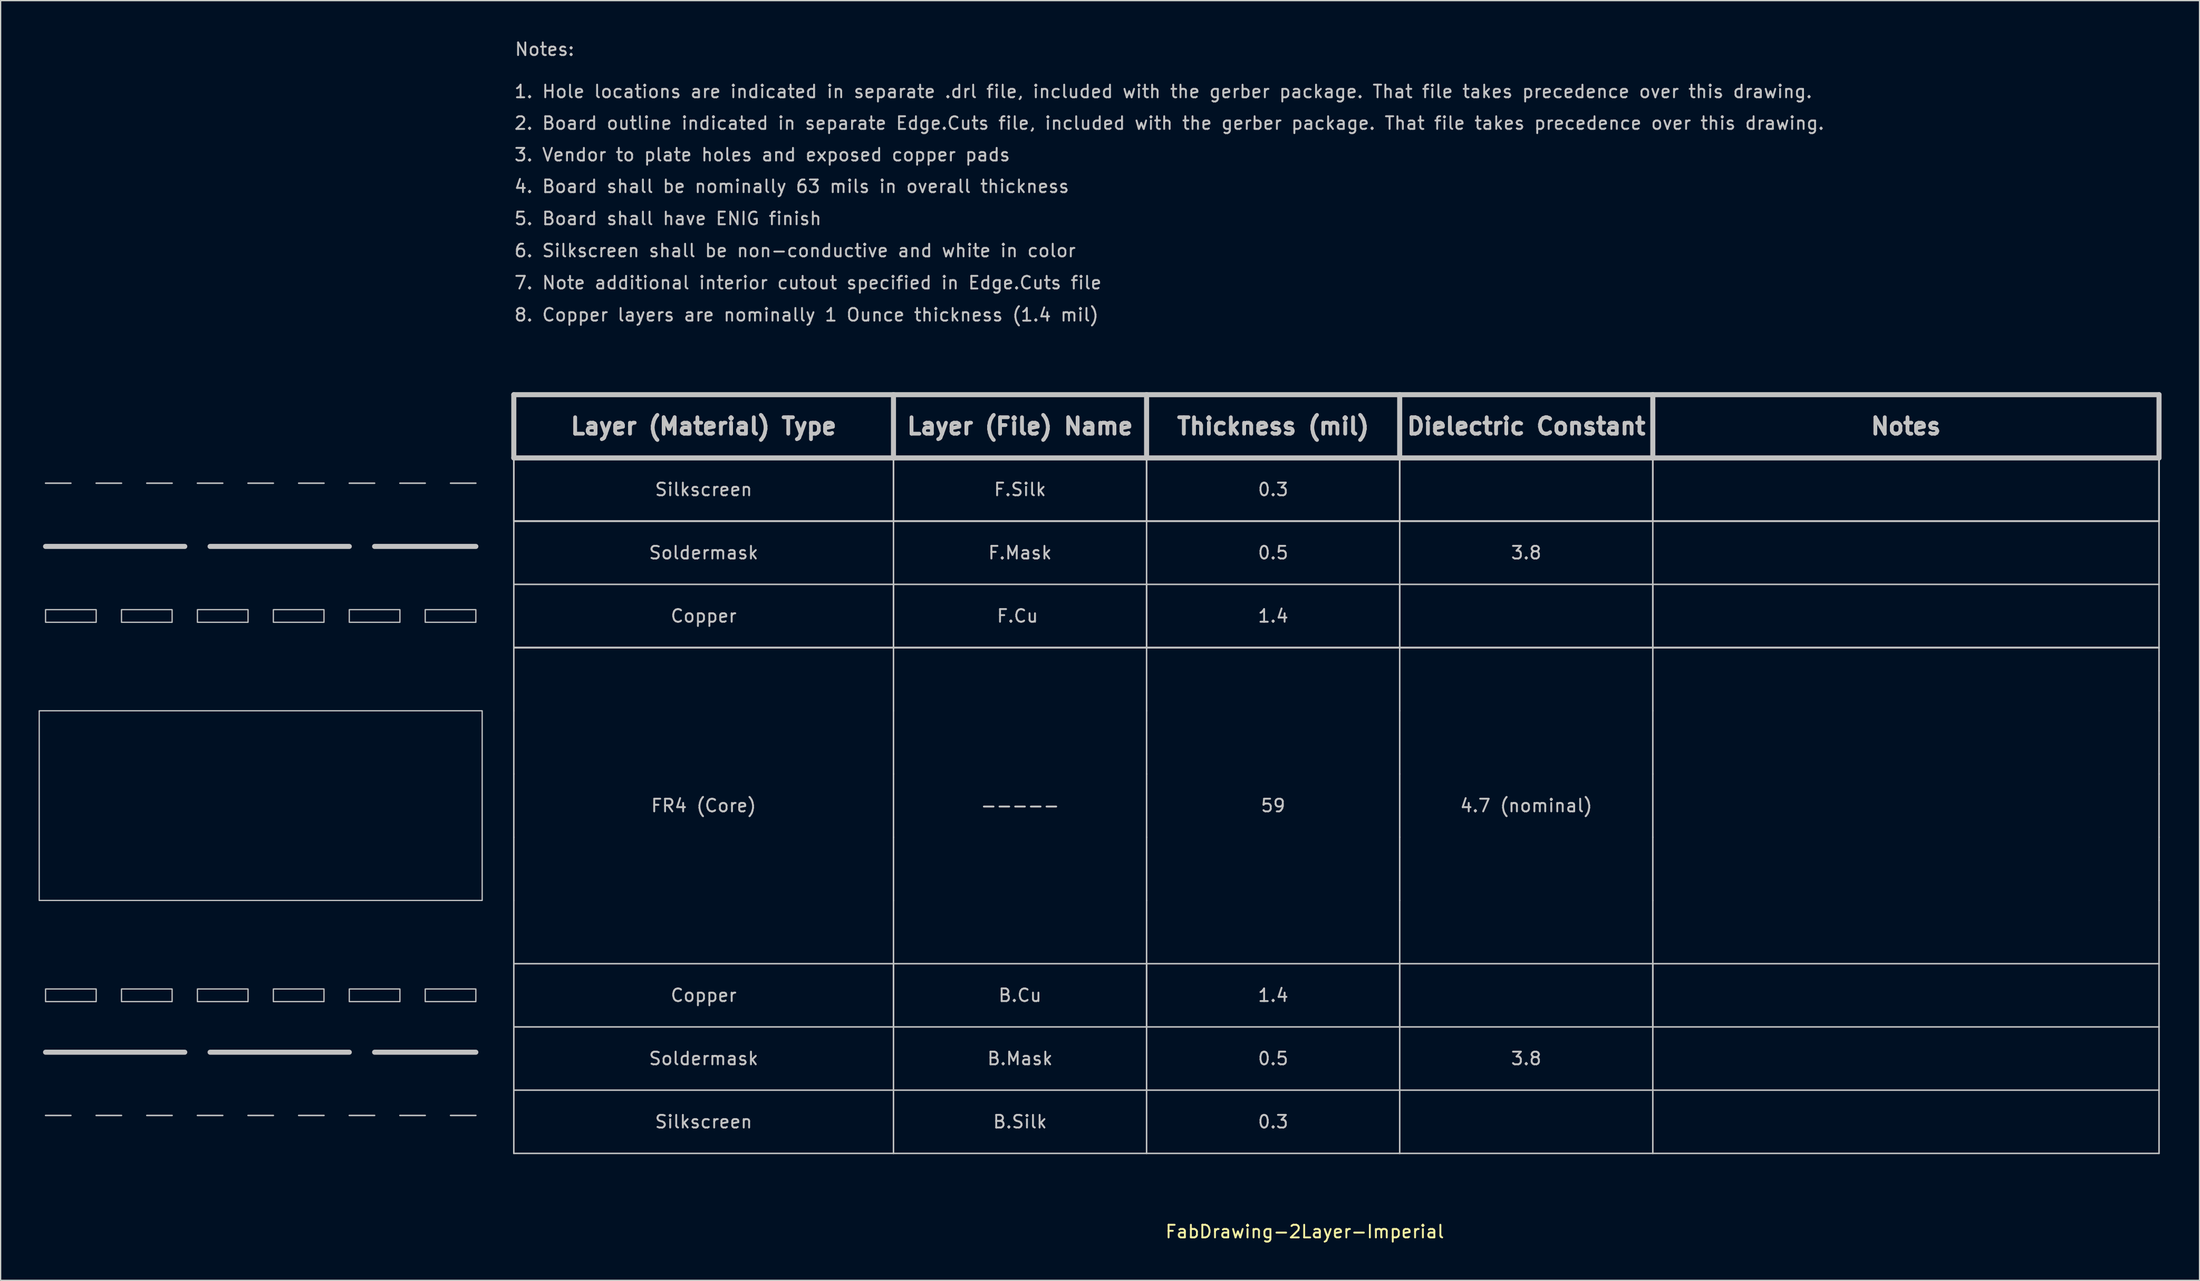
<source format=kicad_pcb>
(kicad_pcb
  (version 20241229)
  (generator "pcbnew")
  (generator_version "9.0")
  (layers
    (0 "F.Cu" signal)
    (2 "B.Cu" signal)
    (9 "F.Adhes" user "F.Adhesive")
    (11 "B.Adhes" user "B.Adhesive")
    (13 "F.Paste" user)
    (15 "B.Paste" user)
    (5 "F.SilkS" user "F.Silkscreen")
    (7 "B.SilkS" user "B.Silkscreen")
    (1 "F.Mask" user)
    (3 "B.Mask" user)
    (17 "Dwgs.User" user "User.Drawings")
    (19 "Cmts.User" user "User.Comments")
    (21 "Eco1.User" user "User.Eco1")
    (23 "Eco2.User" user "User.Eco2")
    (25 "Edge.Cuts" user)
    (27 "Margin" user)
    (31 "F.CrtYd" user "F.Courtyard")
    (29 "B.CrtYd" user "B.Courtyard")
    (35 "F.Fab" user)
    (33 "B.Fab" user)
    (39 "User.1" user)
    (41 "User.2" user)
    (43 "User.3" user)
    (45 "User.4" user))
  (footprint "FabDrawing-2Layer-Imperial"
    (layer "F.Cu")
    (at 37.55 28.153)
    (property "Reference" "FabDrawing-2Layer-Imperial" (at 62.5 66.19 0) (layer "F.SilkS") (effects (font (size 1 1) (thickness 0.15))))
    (attr exclude_from_pos_files exclude_from_bom)
    (fp_line (start -37 12.005) (end -26 12.005) (stroke (width 0.4) (type solid)) (layer "Dwgs.User"))
    (fp_line (start -37 52) (end -26 52) (stroke (width 0.4) (type solid)) (layer "Dwgs.User"))
    (fp_line (start -35 7.005) (end -37 7.005) (stroke (width 0.12) (type solid)) (layer "Dwgs.User"))
    (fp_line (start -35 57) (end -37 57) (stroke (width 0.12) (type solid)) (layer "Dwgs.User"))
    (fp_line (start -31 7.005) (end -33 7.005) (stroke (width 0.12) (type solid)) (layer "Dwgs.User"))
    (fp_line (start -31 57) (end -33 57) (stroke (width 0.12) (type solid)) (layer "Dwgs.User"))
    (fp_line (start -27 7.005) (end -29 7.005) (stroke (width 0.12) (type solid)) (layer "Dwgs.User"))
    (fp_line (start -27 57) (end -29 57) (stroke (width 0.12) (type solid)) (layer "Dwgs.User"))
    (fp_line (start -24 12.005) (end -13 12.005) (stroke (width 0.4) (type solid)) (layer "Dwgs.User"))
    (fp_line (start -24 52) (end -13 52) (stroke (width 0.4) (type solid)) (layer "Dwgs.User"))
    (fp_line (start -23 7.005) (end -25 7.005) (stroke (width 0.12) (type solid)) (layer "Dwgs.User"))
    (fp_line (start -23 57) (end -25 57) (stroke (width 0.12) (type solid)) (layer "Dwgs.User"))
    (fp_line (start -19 7.005) (end -21 7.005) (stroke (width 0.12) (type solid)) (layer "Dwgs.User"))
    (fp_line (start -19 57) (end -21 57) (stroke (width 0.12) (type solid)) (layer "Dwgs.User"))
    (fp_line (start -15 7.005) (end -17 7.005) (stroke (width 0.12) (type solid)) (layer "Dwgs.User"))
    (fp_line (start -15 57) (end -17 57) (stroke (width 0.12) (type solid)) (layer "Dwgs.User"))
    (fp_line (start -11 7.005) (end -13 7.005) (stroke (width 0.12) (type solid)) (layer "Dwgs.User"))
    (fp_line (start -11 12.005) (end -3 12.005) (stroke (width 0.4) (type solid)) (layer "Dwgs.User"))
    (fp_line (start -11 52) (end -3 52) (stroke (width 0.4) (type solid)) (layer "Dwgs.User"))
    (fp_line (start -11 57) (end -13 57) (stroke (width 0.12) (type solid)) (layer "Dwgs.User"))
    (fp_line (start -7 7.005) (end -9 7.005) (stroke (width 0.12) (type solid)) (layer "Dwgs.User"))
    (fp_line (start -7 57) (end -9 57) (stroke (width 0.12) (type solid)) (layer "Dwgs.User"))
    (fp_line (start -3 7.005) (end -5 7.005) (stroke (width 0.12) (type solid)) (layer "Dwgs.User"))
    (fp_line (start -3 57) (end -5 57) (stroke (width 0.12) (type solid)) (layer "Dwgs.User"))
    (fp_line (start 0 0.005) (end 30 0.005) (stroke (width 0.4) (type solid)) (layer "Dwgs.User"))
    (fp_line (start 0 5.005) (end 0 0.005) (stroke (width 0.4) (type solid)) (layer "Dwgs.User"))
    (fp_line (start 0 5.005) (end 0 10.005) (stroke (width 0.12) (type solid)) (layer "Dwgs.User"))
    (fp_line (start 0 5.005) (end 0 10.005) (stroke (width 0.12) (type solid)) (layer "Dwgs.User"))
    (fp_line (start 0 5.005) (end 0 10.005) (stroke (width 0.12) (type solid)) (layer "Dwgs.User"))
    (fp_line (start 0 5.005) (end 30 5.005) (stroke (width 0.12) (type solid)) (layer "Dwgs.User"))
    (fp_line (start 0 5.005) (end 30 5.005) (stroke (width 0.12) (type solid)) (layer "Dwgs.User"))
    (fp_line (start 0 5.005) (end 30 5.005) (stroke (width 0.12) (type solid)) (layer "Dwgs.User"))
    (fp_line (start 0 10.005) (end 0 15.005) (stroke (width 0.12) (type solid)) (layer "Dwgs.User"))
    (fp_line (start 0 10.005) (end 30 10.005) (stroke (width 0.12) (type solid)) (layer "Dwgs.User"))
    (fp_line (start 0 10.005) (end 30 10.005) (stroke (width 0.12) (type solid)) (layer "Dwgs.User"))
    (fp_line (start 0 10.005) (end 30 10.005) (stroke (width 0.12) (type solid)) (layer "Dwgs.User"))
    (fp_line (start 0 15.005) (end 0 20.005) (stroke (width 0.12) (type solid)) (layer "Dwgs.User"))
    (fp_line (start 0 15.005) (end 30 15.005) (stroke (width 0.12) (type solid)) (layer "Dwgs.User"))
    (fp_line (start 0 20.005) (end 30 20.005) (stroke (width 0.12) (type solid)) (layer "Dwgs.User"))
    (fp_line (start 0 20.005) (end 30 20.005) (stroke (width 0.12) (type solid)) (layer "Dwgs.User"))
    (fp_line (start 0 20.005) (end 30 20.005) (stroke (width 0.12) (type solid)) (layer "Dwgs.User"))
    (fp_line (start 0 25) (end 0 30) (stroke (width 0.12) (type solid)) (layer "Dwgs.User"))
    (fp_line (start 0 25.005) (end 0 20.005) (stroke (width 0.12) (type solid)) (layer "Dwgs.User"))
    (fp_line (start 0 30) (end 0 35) (stroke (width 0.12) (type solid)) (layer "Dwgs.User"))
    (fp_line (start 0 35) (end 0 40) (stroke (width 0.12) (type solid)) (layer "Dwgs.User"))
    (fp_line (start 0 40) (end 0 45) (stroke (width 0.12) (type solid)) (layer "Dwgs.User"))
    (fp_line (start 0 45) (end 0 50) (stroke (width 0.12) (type solid)) (layer "Dwgs.User"))
    (fp_line (start 0 45) (end 30 45) (stroke (width 0.12) (type solid)) (layer "Dwgs.User"))
    (fp_line (start 0 50) (end 0 55) (stroke (width 0.12) (type solid)) (layer "Dwgs.User"))
    (fp_line (start 0 50) (end 30 50) (stroke (width 0.12) (type solid)) (layer "Dwgs.User"))
    (fp_line (start 0 55) (end 0 60) (stroke (width 0.12) (type solid)) (layer "Dwgs.User"))
    (fp_line (start 0 55) (end 30 55) (stroke (width 0.12) (type solid)) (layer "Dwgs.User"))
    (fp_line (start 0 60) (end 30 60) (stroke (width 0.12) (type solid)) (layer "Dwgs.User"))
    (fp_line (start 30 0.005) (end 30 5.005) (stroke (width 0.4) (type solid)) (layer "Dwgs.User"))
    (fp_line (start 30 5.005) (end 0 5.005) (stroke (width 0.4) (type solid)) (layer "Dwgs.User"))
    (fp_line (start 30 5.005) (end 30 10.005) (stroke (width 0.12) (type solid)) (layer "Dwgs.User"))
    (fp_line (start 30 5.005) (end 30 10.005) (stroke (width 0.12) (type solid)) (layer "Dwgs.User"))
    (fp_line (start 30 5.005) (end 30 10.005) (stroke (width 0.12) (type solid)) (layer "Dwgs.User"))
    (fp_line (start 30 5.005) (end 50 5.005) (stroke (width 0.12) (type solid)) (layer "Dwgs.User"))
    (fp_line (start 30 5.005) (end 50 5.005) (stroke (width 0.12) (type solid)) (layer "Dwgs.User"))
    (fp_line (start 30 5.005) (end 50 5.005) (stroke (width 0.12) (type solid)) (layer "Dwgs.User"))
    (fp_line (start 30 5.005) (end 50 5.005) (stroke (width 0.4) (type solid)) (layer "Dwgs.User"))
    (fp_line (start 30 10.005) (end 30 15.005) (stroke (width 0.12) (type solid)) (layer "Dwgs.User"))
    (fp_line (start 30 15) (end 30 20) (stroke (width 0.12) (type solid)) (layer "Dwgs.User"))
    (fp_line (start 30 15.005) (end 30 20.005) (stroke (width 0.12) (type solid)) (layer "Dwgs.User"))
    (fp_line (start 30 15.005) (end 50 15.005) (stroke (width 0.12) (type solid)) (layer "Dwgs.User"))
    (fp_line (start 30 20) (end 30 25) (stroke (width 0.12) (type solid)) (layer "Dwgs.User"))
    (fp_line (start 30 30) (end 30 25) (stroke (width 0.12) (type solid)) (layer "Dwgs.User"))
    (fp_line (start 30 35) (end 30 30) (stroke (width 0.12) (type solid)) (layer "Dwgs.User"))
    (fp_line (start 30 40) (end 30 35) (stroke (width 0.12) (type solid)) (layer "Dwgs.User"))
    (fp_line (start 30 40) (end 30 45) (stroke (width 0.12) (type solid)) (layer "Dwgs.User"))
    (fp_line (start 30 45) (end 50 45) (stroke (width 0.12) (type solid)) (layer "Dwgs.User"))
    (fp_line (start 30 50) (end 30 45) (stroke (width 0.12) (type solid)) (layer "Dwgs.User"))
    (fp_line (start 30 50) (end 30 45) (stroke (width 0.12) (type solid)) (layer "Dwgs.User"))
    (fp_line (start 30 55) (end 30 50) (stroke (width 0.12) (type solid)) (layer "Dwgs.User"))
    (fp_line (start 30 55) (end 50 55) (stroke (width 0.12) (type solid)) (layer "Dwgs.User"))
    (fp_line (start 30 60) (end 30 55) (stroke (width 0.12) (type solid)) (layer "Dwgs.User"))
    (fp_line (start 30 60) (end 50 60) (stroke (width 0.12) (type solid)) (layer "Dwgs.User"))
    (fp_line (start 50 0.005) (end 30 0.005) (stroke (width 0.4) (type solid)) (layer "Dwgs.User"))
    (fp_line (start 50 0.005) (end 70 0.005) (stroke (width 0.4) (type solid)) (layer "Dwgs.User"))
    (fp_line (start 50 5.005) (end 50 0.005) (stroke (width 0.4) (type solid)) (layer "Dwgs.User"))
    (fp_line (start 50 5.005) (end 50 10.005) (stroke (width 0.12) (type solid)) (layer "Dwgs.User"))
    (fp_line (start 50 5.005) (end 50 10.005) (stroke (width 0.12) (type solid)) (layer "Dwgs.User"))
    (fp_line (start 50 5.005) (end 50 10.005) (stroke (width 0.12) (type solid)) (layer "Dwgs.User"))
    (fp_line (start 50 10.005) (end 30 10.005) (stroke (width 0.12) (type solid)) (layer "Dwgs.User"))
    (fp_line (start 50 10.005) (end 30 10.005) (stroke (width 0.12) (type solid)) (layer "Dwgs.User"))
    (fp_line (start 50 10.005) (end 30 10.005) (stroke (width 0.12) (type solid)) (layer "Dwgs.User"))
    (fp_line (start 50 10.005) (end 50 15.005) (stroke (width 0.12) (type solid)) (layer "Dwgs.User"))
    (fp_line (start 50 10.005) (end 70 10.005) (stroke (width 0.12) (type solid)) (layer "Dwgs.User"))
    (fp_line (start 50 10.005) (end 70 10.005) (stroke (width 0.12) (type solid)) (layer "Dwgs.User"))
    (fp_line (start 50 10.005) (end 70 10.005) (stroke (width 0.12) (type solid)) (layer "Dwgs.User"))
    (fp_line (start 50 15) (end 50 20) (stroke (width 0.12) (type solid)) (layer "Dwgs.User"))
    (fp_line (start 50 15.005) (end 50 20.005) (stroke (width 0.12) (type solid)) (layer "Dwgs.User"))
    (fp_line (start 50 20.005) (end 30 20.005) (stroke (width 0.12) (type solid)) (layer "Dwgs.User"))
    (fp_line (start 50 20.005) (end 30 20.005) (stroke (width 0.12) (type solid)) (layer "Dwgs.User"))
    (fp_line (start 50 20.005) (end 30 20.005) (stroke (width 0.12) (type solid)) (layer "Dwgs.User"))
    (fp_line (start 50 20.005) (end 70 20.005) (stroke (width 0.12) (type solid)) (layer "Dwgs.User"))
    (fp_line (start 50 20.005) (end 70 20.005) (stroke (width 0.12) (type solid)) (layer "Dwgs.User"))
    (fp_line (start 50 20.005) (end 70 20.005) (stroke (width 0.12) (type solid)) (layer "Dwgs.User"))
    (fp_line (start 50 25) (end 50 20) (stroke (width 0.12) (type solid)) (layer "Dwgs.User"))
    (fp_line (start 50 30) (end 50 25) (stroke (width 0.12) (type solid)) (layer "Dwgs.User"))
    (fp_line (start 50 35) (end 50 30) (stroke (width 0.12) (type solid)) (layer "Dwgs.User"))
    (fp_line (start 50 35) (end 50 40) (stroke (width 0.12) (type solid)) (layer "Dwgs.User"))
    (fp_line (start 50 45) (end 50 40) (stroke (width 0.12) (type solid)) (layer "Dwgs.User"))
    (fp_line (start 50 45) (end 50 50) (stroke (width 0.12) (type solid)) (layer "Dwgs.User"))
    (fp_line (start 50 45) (end 50 50) (stroke (width 0.12) (type solid)) (layer "Dwgs.User"))
    (fp_line (start 50 45) (end 70 45) (stroke (width 0.12) (type solid)) (layer "Dwgs.User"))
    (fp_line (start 50 50) (end 30 50) (stroke (width 0.12) (type solid)) (layer "Dwgs.User"))
    (fp_line (start 50 55) (end 50 50) (stroke (width 0.12) (type solid)) (layer "Dwgs.User"))
    (fp_line (start 50 55) (end 70 55) (stroke (width 0.12) (type solid)) (layer "Dwgs.User"))
    (fp_line (start 50 60) (end 50 55) (stroke (width 0.12) (type solid)) (layer "Dwgs.User"))
    (fp_line (start 50 60) (end 70 60) (stroke (width 0.12) (type solid)) (layer "Dwgs.User"))
    (fp_line (start 70 0.005) (end 70 5.005) (stroke (width 0.4) (type solid)) (layer "Dwgs.User"))
    (fp_line (start 70 5.005) (end 50 5.005) (stroke (width 0.12) (type solid)) (layer "Dwgs.User"))
    (fp_line (start 70 5.005) (end 50 5.005) (stroke (width 0.12) (type solid)) (layer "Dwgs.User"))
    (fp_line (start 70 5.005) (end 50 5.005) (stroke (width 0.12) (type solid)) (layer "Dwgs.User"))
    (fp_line (start 70 5.005) (end 50 5.005) (stroke (width 0.4) (type solid)) (layer "Dwgs.User"))
    (fp_line (start 70 5.005) (end 70 10.005) (stroke (width 0.12) (type solid)) (layer "Dwgs.User"))
    (fp_line (start 70 5.005) (end 70 10.005) (stroke (width 0.12) (type solid)) (layer "Dwgs.User"))
    (fp_line (start 70 5.005) (end 70 10.005) (stroke (width 0.12) (type solid)) (layer "Dwgs.User"))
    (fp_line (start 70 5.005) (end 90 5.005) (stroke (width 0.12) (type solid)) (layer "Dwgs.User"))
    (fp_line (start 70 5.005) (end 90 5.005) (stroke (width 0.12) (type solid)) (layer "Dwgs.User"))
    (fp_line (start 70 5.005) (end 90 5.005) (stroke (width 0.12) (type solid)) (layer "Dwgs.User"))
    (fp_line (start 70 5.005) (end 90 5.005) (stroke (width 0.4) (type solid)) (layer "Dwgs.User"))
    (fp_line (start 70 10.005) (end 70 15.005) (stroke (width 0.12) (type solid)) (layer "Dwgs.User"))
    (fp_line (start 70 10.005) (end 90 10.005) (stroke (width 0.12) (type solid)) (layer "Dwgs.User"))
    (fp_line (start 70 10.005) (end 90 10.005) (stroke (width 0.12) (type solid)) (layer "Dwgs.User"))
    (fp_line (start 70 10.005) (end 90 10.005) (stroke (width 0.12) (type solid)) (layer "Dwgs.User"))
    (fp_line (start 70 15) (end 70 20) (stroke (width 0.12) (type solid)) (layer "Dwgs.User"))
    (fp_line (start 70 15.005) (end 50 15.005) (stroke (width 0.12) (type solid)) (layer "Dwgs.User"))
    (fp_line (start 70 15.005) (end 70 20.005) (stroke (width 0.12) (type solid)) (layer "Dwgs.User"))
    (fp_line (start 70 15.005) (end 90 15.005) (stroke (width 0.12) (type solid)) (layer "Dwgs.User"))
    (fp_line (start 70 20.005) (end 90 20.005) (stroke (width 0.12) (type solid)) (layer "Dwgs.User"))
    (fp_line (start 70 20.005) (end 90 20.005) (stroke (width 0.12) (type solid)) (layer "Dwgs.User"))
    (fp_line (start 70 20.005) (end 90 20.005) (stroke (width 0.12) (type solid)) (layer "Dwgs.User"))
    (fp_line (start 70 25) (end 70 20) (stroke (width 0.12) (type solid)) (layer "Dwgs.User"))
    (fp_line (start 70 30) (end 70 25) (stroke (width 0.12) (type solid)) (layer "Dwgs.User"))
    (fp_line (start 70 35) (end 70 30) (stroke (width 0.12) (type solid)) (layer "Dwgs.User"))
    (fp_line (start 70 40) (end 70 35) (stroke (width 0.12) (type solid)) (layer "Dwgs.User"))
    (fp_line (start 70 45) (end 70 40) (stroke (width 0.12) (type solid)) (layer "Dwgs.User"))
    (fp_line (start 70 45) (end 70 50) (stroke (width 0.12) (type solid)) (layer "Dwgs.User"))
    (fp_line (start 70 45) (end 90 45) (stroke (width 0.12) (type solid)) (layer "Dwgs.User"))
    (fp_line (start 70 50) (end 50 50) (stroke (width 0.12) (type solid)) (layer "Dwgs.User"))
    (fp_line (start 70 50) (end 70 45) (stroke (width 0.12) (type solid)) (layer "Dwgs.User"))
    (fp_line (start 70 55) (end 70 50) (stroke (width 0.12) (type solid)) (layer "Dwgs.User"))
    (fp_line (start 70 55) (end 90 55) (stroke (width 0.12) (type solid)) (layer "Dwgs.User"))
    (fp_line (start 70 60) (end 70 55) (stroke (width 0.12) (type solid)) (layer "Dwgs.User"))
    (fp_line (start 70 60) (end 90 60) (stroke (width 0.12) (type solid)) (layer "Dwgs.User"))
    (fp_line (start 90 0.005) (end 70 0.005) (stroke (width 0.4) (type solid)) (layer "Dwgs.User"))
    (fp_line (start 90 5.005) (end 90 0.005) (stroke (width 0.4) (type solid)) (layer "Dwgs.User"))
    (fp_line (start 90 5.005) (end 90 10.005) (stroke (width 0.12) (type solid)) (layer "Dwgs.User"))
    (fp_line (start 90 5.005) (end 90 10.005) (stroke (width 0.12) (type solid)) (layer "Dwgs.User"))
    (fp_line (start 90 5.005) (end 90 10.005) (stroke (width 0.12) (type solid)) (layer "Dwgs.User"))
    (fp_line (start 90 5.005) (end 130 5.005) (stroke (width 0.12) (type solid)) (layer "Dwgs.User"))
    (fp_line (start 90 5.005) (end 130 5.005) (stroke (width 0.12) (type solid)) (layer "Dwgs.User"))
    (fp_line (start 90 5.005) (end 130 5.005) (stroke (width 0.12) (type solid)) (layer "Dwgs.User"))
    (fp_line (start 90 5.005) (end 130 5.005) (stroke (width 0.4) (type solid)) (layer "Dwgs.User"))
    (fp_line (start 90 10.005) (end 90 15.005) (stroke (width 0.12) (type solid)) (layer "Dwgs.User"))
    (fp_line (start 90 10.005) (end 130 10.005) (stroke (width 0.12) (type solid)) (layer "Dwgs.User"))
    (fp_line (start 90 10.005) (end 130 10.005) (stroke (width 0.12) (type solid)) (layer "Dwgs.User"))
    (fp_line (start 90 10.005) (end 130 10.005) (stroke (width 0.12) (type solid)) (layer "Dwgs.User"))
    (fp_line (start 90 15) (end 90 20) (stroke (width 0.12) (type solid)) (layer "Dwgs.User"))
    (fp_line (start 90 15.005) (end 90 20.005) (stroke (width 0.12) (type solid)) (layer "Dwgs.User"))
    (fp_line (start 90 15.005) (end 130 15.005) (stroke (width 0.12) (type solid)) (layer "Dwgs.User"))
    (fp_line (start 90 20.005) (end 130 20.005) (stroke (width 0.12) (type solid)) (layer "Dwgs.User"))
    (fp_line (start 90 20.005) (end 130 20.005) (stroke (width 0.12) (type solid)) (layer "Dwgs.User"))
    (fp_line (start 90 20.005) (end 130 20.005) (stroke (width 0.12) (type solid)) (layer "Dwgs.User"))
    (fp_line (start 90 25) (end 90 20) (stroke (width 0.12) (type solid)) (layer "Dwgs.User"))
    (fp_line (start 90 30) (end 90 25) (stroke (width 0.12) (type solid)) (layer "Dwgs.User"))
    (fp_line (start 90 35) (end 90 30) (stroke (width 0.12) (type solid)) (layer "Dwgs.User"))
    (fp_line (start 90 40) (end 90 35) (stroke (width 0.12) (type solid)) (layer "Dwgs.User"))
    (fp_line (start 90 40) (end 90 45) (stroke (width 0.12) (type solid)) (layer "Dwgs.User"))
    (fp_line (start 90 45) (end 90 50) (stroke (width 0.12) (type solid)) (layer "Dwgs.User"))
    (fp_line (start 90 45) (end 130 45) (stroke (width 0.12) (type solid)) (layer "Dwgs.User"))
    (fp_line (start 90 50) (end 70 50) (stroke (width 0.12) (type solid)) (layer "Dwgs.User"))
    (fp_line (start 90 50) (end 90 45) (stroke (width 0.12) (type solid)) (layer "Dwgs.User"))
    (fp_line (start 90 50) (end 130 50) (stroke (width 0.12) (type solid)) (layer "Dwgs.User"))
    (fp_line (start 90 55) (end 90 50) (stroke (width 0.12) (type solid)) (layer "Dwgs.User"))
    (fp_line (start 90 55) (end 130 55) (stroke (width 0.12) (type solid)) (layer "Dwgs.User"))
    (fp_line (start 90 60) (end 90 55) (stroke (width 0.12) (type solid)) (layer "Dwgs.User"))
    (fp_line (start 90 60) (end 130 60) (stroke (width 0.12) (type solid)) (layer "Dwgs.User"))
    (fp_line (start 130 0.005) (end 90 0.005) (stroke (width 0.4) (type solid)) (layer "Dwgs.User"))
    (fp_line (start 130 5.005) (end 130 0.005) (stroke (width 0.4) (type solid)) (layer "Dwgs.User"))
    (fp_line (start 130 5.005) (end 130 10.005) (stroke (width 0.12) (type solid)) (layer "Dwgs.User"))
    (fp_line (start 130 5.005) (end 130 10.005) (stroke (width 0.12) (type solid)) (layer "Dwgs.User"))
    (fp_line (start 130 5.005) (end 130 10.005) (stroke (width 0.12) (type solid)) (layer "Dwgs.User"))
    (fp_line (start 130 10.005) (end 130 15.005) (stroke (width 0.12) (type solid)) (layer "Dwgs.User"))
    (fp_line (start 130 15.005) (end 130 20.005) (stroke (width 0.12) (type solid)) (layer "Dwgs.User"))
    (fp_line (start 130 25) (end 130 30) (stroke (width 0.12) (type solid)) (layer "Dwgs.User"))
    (fp_line (start 130 25.005) (end 130 20.005) (stroke (width 0.12) (type solid)) (layer "Dwgs.User"))
    (fp_line (start 130 30) (end 130 35) (stroke (width 0.12) (type solid)) (layer "Dwgs.User"))
    (fp_line (start 130 35) (end 130 40) (stroke (width 0.12) (type solid)) (layer "Dwgs.User"))
    (fp_line (start 130 40) (end 130 45) (stroke (width 0.12) (type solid)) (layer "Dwgs.User"))
    (fp_line (start 130 45) (end 130 50) (stroke (width 0.12) (type solid)) (layer "Dwgs.User"))
    (fp_line (start 130 55) (end 130 50) (stroke (width 0.12) (type solid)) (layer "Dwgs.User"))
    (fp_line (start 130 60) (end 130 55) (stroke (width 0.12) (type solid)) (layer "Dwgs.User"))
    (fp_poly (pts (xy -33 18.005) (xy -37 18.005) (xy -37 17.005) (xy -33 17.005)) (stroke (width 0.1) (type solid)) (fill no) (layer "Dwgs.User"))
    (fp_poly (pts (xy -33 48) (xy -37 48) (xy -37 47) (xy -33 47)) (stroke (width 0.1) (type solid)) (fill no) (layer "Dwgs.User"))
    (fp_poly (pts (xy -27 18.005) (xy -31 18.005) (xy -31 17.005) (xy -27 17.005)) (stroke (width 0.1) (type solid)) (fill no) (layer "Dwgs.User"))
    (fp_poly (pts (xy -27 48) (xy -31 48) (xy -31 47) (xy -27 47)) (stroke (width 0.1) (type solid)) (fill no) (layer "Dwgs.User"))
    (fp_poly (pts (xy -21 18.005) (xy -25 18.005) (xy -25 17.005) (xy -21 17.005)) (stroke (width 0.1) (type solid)) (fill no) (layer "Dwgs.User"))
    (fp_poly (pts (xy -21 48) (xy -25 48) (xy -25 47) (xy -21 47)) (stroke (width 0.1) (type solid)) (fill no) (layer "Dwgs.User"))
    (fp_poly (pts (xy -15 18.005) (xy -19 18.005) (xy -19 17.005) (xy -15 17.005)) (stroke (width 0.1) (type solid)) (fill no) (layer "Dwgs.User"))
    (fp_poly (pts (xy -15 48) (xy -19 48) (xy -19 47) (xy -15 47)) (stroke (width 0.1) (type solid)) (fill no) (layer "Dwgs.User"))
    (fp_poly (pts (xy -9 18.005) (xy -13 18.005) (xy -13 17.005) (xy -9 17.005)) (stroke (width 0.1) (type solid)) (fill no) (layer "Dwgs.User"))
    (fp_poly (pts (xy -9 48) (xy -13 48) (xy -13 47) (xy -9 47)) (stroke (width 0.1) (type solid)) (fill no) (layer "Dwgs.User"))
    (fp_poly (pts (xy -3 18.005) (xy -7 18.005) (xy -7 17.005) (xy -3 17.005)) (stroke (width 0.1) (type solid)) (fill no) (layer "Dwgs.User"))
    (fp_poly (pts (xy -3 48) (xy -7 48) (xy -7 47) (xy -3 47)) (stroke (width 0.1) (type solid)) (fill no) (layer "Dwgs.User"))
    (fp_poly (pts (xy -2.5 40) (xy -37.5 40) (xy -37.5 25) (xy -2.5 25)) (stroke (width 0.1) (type solid)) (fill no) (layer "Dwgs.User"))
    (fp_text user "Notes:" (at 0 -27.305 0) (layer "Dwgs.User") (effects (font (size 1 1) (thickness 0.15)) (justify left)))
    (fp_text user "1.4" (at 60 17.505 0) (layer "Dwgs.User") (effects (font (size 1 1) (thickness 0.15))))
    (fp_text user "4.7 (nominal)" (at 80 32.5 0) (layer "Dwgs.User") (effects (font (size 1 1) (thickness 0.15))))
    (fp_text user "1.4" (at 60 47.5 0) (layer "Dwgs.User") (effects (font (size 1 1) (thickness 0.15))))
    (fp_text user "-----" (at 40 32.5 0) (layer "Dwgs.User") (effects (font (size 1 1) (thickness 0.15))))
    (fp_text user "0.3" (at 60 7.505 0) (layer "Dwgs.User") (effects (font (size 1 1) (thickness 0.15))))
    (fp_text user "4. Board shall be nominally 63 mils in overall thickness" (at -0.04 -16.465 0) (layer "Dwgs.User") (effects (font (size 1 1) (thickness 0.15)) (justify left)))
    (fp_text user "3.8" (at 80 12.505 0) (layer "Dwgs.User") (effects (font (size 1 1) (thickness 0.15))))
    (fp_text user "Dielectric Constant" (at 80 2.505 0) (layer "Dwgs.User") (effects (font (size 1.3 1.3) (thickness 0.3))))
    (fp_text user "FR4 (Core)" (at 15 32.5 0) (layer "Dwgs.User") (effects (font (size 1 1) (thickness 0.15))))
    (fp_text user "0.3" (at 60 57.5 0) (layer "Dwgs.User") (effects (font (size 1 1) (thickness 0.15))))
    (fp_text user "1. Hole locations are indicated in separate .drl file, included with the gerber package. That file takes precedence over this drawing." (at -0.04 -23.965 0) (layer "Dwgs.User") (effects (font (size 1 1) (thickness 0.15)) (justify left)))
    (fp_text user "Silkscreen" (at 15 57.5 0) (layer "Dwgs.User") (effects (font (size 1 1) (thickness 0.15))))
    (fp_text user "3. Vendor to plate holes and exposed copper pads" (at -0.04 -18.965 0) (layer "Dwgs.User") (effects (font (size 1 1) (thickness 0.15)) (justify left)))
    (fp_text user "Copper" (at 15 47.5 0) (layer "Dwgs.User") (effects (font (size 1 1) (thickness 0.15))))
    (fp_text user "B.Silk" (at 40 57.5 0) (layer "Dwgs.User") (effects (font (size 1 1) (thickness 0.15))))
    (fp_text user "2. Board outline indicated in separate Edge.Cuts file, included with the gerber package. That file takes precedence over this drawing." (at -0.04 -21.465 0) (layer "Dwgs.User") (effects (font (size 1 1) (thickness 0.15)) (justify left)))
    (fp_text user "0.5" (at 60 52.5 0) (layer "Dwgs.User") (effects (font (size 1 1) (thickness 0.15))))
    (fp_text user "F.Silk" (at 40 7.505 0) (layer "Dwgs.User") (effects (font (size 1 1) (thickness 0.15))))
    (fp_text user "Silkscreen" (at 15 7.505 0) (layer "Dwgs.User") (effects (font (size 1 1) (thickness 0.15))))
    (fp_text user "F.Cu" (at 39.8 17.505 0) (layer "Dwgs.User") (effects (font (size 1 1) (thickness 0.15))))
    (fp_text user "Soldermask" (at 15 12.505 0) (layer "Dwgs.User") (effects (font (size 1 1) (thickness 0.15))))
    (fp_text user "B.Mask" (at 40 52.5 0) (layer "Dwgs.User") (effects (font (size 1 1) (thickness 0.15))))
    (fp_text user "6. Silkscreen shall be non-conductive and white in color" (at -0.04 -11.385 0) (layer "Dwgs.User") (effects (font (size 1 1) (thickness 0.15)) (justify left)))
    (fp_text user "Notes" (at 110 2.505 0) (layer "Dwgs.User") (effects (font (size 1.3 1.3) (thickness 0.3))))
    (fp_text user "5. Board shall have ENIG finish" (at -0.04 -13.925 0) (layer "Dwgs.User") (effects (font (size 1 1) (thickness 0.15)) (justify left)))
    (fp_text user "3.8" (at 80 52.5 0) (layer "Dwgs.User") (effects (font (size 1 1) (thickness 0.15))))
    (fp_text user "Thickness (mil)" (at 60 2.505 0) (layer "Dwgs.User") (effects (font (size 1.3 1.3) (thickness 0.3))))
    (fp_text user "Soldermask" (at 15 52.5 0) (layer "Dwgs.User") (effects (font (size 1 1) (thickness 0.15))))
    (fp_text user "Layer (Material) Type" (at 15 2.505 0) (layer "Dwgs.User") (effects (font (size 1.3 1.3) (thickness 0.3))))
    (fp_text user "Copper" (at 15 17.505 0) (layer "Dwgs.User") (effects (font (size 1 1) (thickness 0.15))))
    (fp_text user "7. Note additional interior cutout specified in Edge.Cuts file" (at -0.04 -8.845 0) (layer "Dwgs.User") (effects (font (size 1 1) (thickness 0.15)) (justify left)))
    (fp_text user "Layer (File) Name" (at 40 2.505 0) (layer "Dwgs.User") (effects (font (size 1.3 1.3) (thickness 0.3))))
    (fp_text user "0.5" (at 60 12.505 0) (layer "Dwgs.User") (effects (font (size 1 1) (thickness 0.15))))
    (fp_text user "B.Cu" (at 40 47.5 0) (layer "Dwgs.User") (effects (font (size 1 1) (thickness 0.15))))
    (fp_text user "59" (at 60 32.5 0) (layer "Dwgs.User") (effects (font (size 1 1) (thickness 0.15))))
    (fp_text user "F.Mask" (at 40 12.505 0) (layer "Dwgs.User") (effects (font (size 1 1) (thickness 0.15))))
    (fp_text user "8. Copper layers are nominally 1 Ounce thickness (1.4 mil)" (at -0.04 -6.305 0) (layer "Dwgs.User") (effects (font (size 1 1) (thickness 0.15)) (justify left))))
  (gr_rect
    (start -3 -3)
    (end 170.75 98.192)
    (stroke (width 0.1) (type default))
    (fill no)
    (layer "Edge.Cuts")))
</source>
